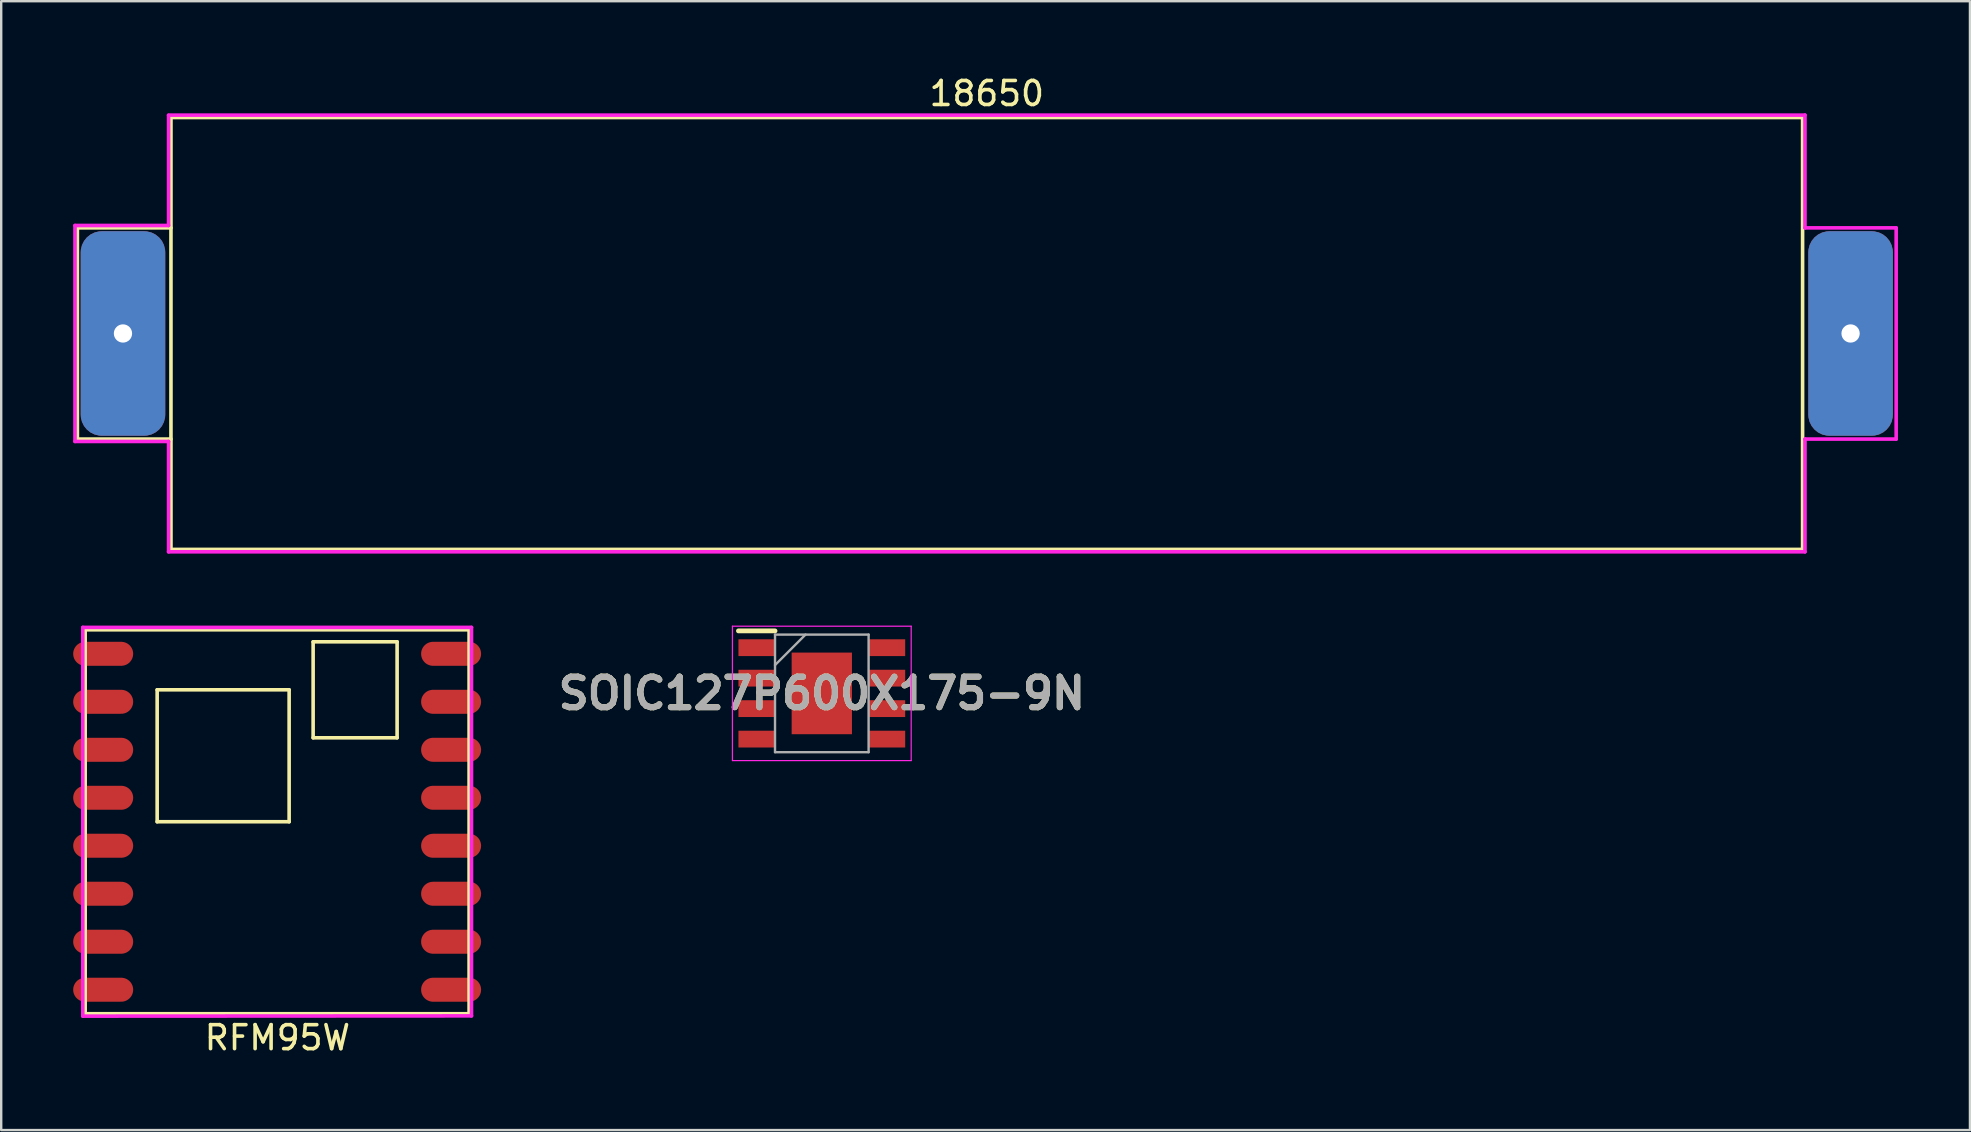
<source format=kicad_pcb>
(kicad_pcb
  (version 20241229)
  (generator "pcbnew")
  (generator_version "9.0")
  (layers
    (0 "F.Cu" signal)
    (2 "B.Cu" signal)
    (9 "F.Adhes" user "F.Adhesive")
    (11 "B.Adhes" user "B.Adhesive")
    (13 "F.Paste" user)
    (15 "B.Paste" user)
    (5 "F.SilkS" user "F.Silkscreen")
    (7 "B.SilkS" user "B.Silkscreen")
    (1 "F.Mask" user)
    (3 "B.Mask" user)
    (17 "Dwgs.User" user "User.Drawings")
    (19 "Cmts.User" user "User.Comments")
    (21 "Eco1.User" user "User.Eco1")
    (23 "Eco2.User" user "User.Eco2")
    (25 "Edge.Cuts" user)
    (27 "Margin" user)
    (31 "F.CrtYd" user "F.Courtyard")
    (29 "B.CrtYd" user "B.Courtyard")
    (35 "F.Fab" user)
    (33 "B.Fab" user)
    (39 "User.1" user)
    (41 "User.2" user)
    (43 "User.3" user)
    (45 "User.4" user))
  (footprint "18650"
    (layer "F.Cu")
    (at 38.075 10.848)
    (property "Reference" "18650" (at 0 -10 180) (layer "F.SilkS") (effects (font (size 1 1) (thickness 0.15))))
    (attr through_hole)
    (fp_line (start -37.9 -4.4) (end -34 -4.4) (stroke (width 0.15) (type solid)) (layer "F.SilkS"))
    (fp_line (start -37.9 4.4) (end -37.9 -4.4) (stroke (width 0.15) (type solid)) (layer "F.SilkS"))
    (fp_line (start -34 -9) (end 34 -9) (stroke (width 0.15) (type solid)) (layer "F.SilkS"))
    (fp_line (start -34 4.4) (end -37.9 4.4) (stroke (width 0.15) (type solid)) (layer "F.SilkS"))
    (fp_line (start -34 9) (end -34 -9) (stroke (width 0.15) (type solid)) (layer "F.SilkS"))
    (fp_line (start 34 -9) (end 34 9) (stroke (width 0.15) (type solid)) (layer "F.SilkS"))
    (fp_line (start 34 9) (end -34 9) (stroke (width 0.15) (type solid)) (layer "F.SilkS"))
    (fp_line (start -38 -4.5) (end -38 4.5) (stroke (width 0.15) (type solid)) (layer "F.CrtYd"))
    (fp_line (start -38 4.5) (end -34.1 4.5) (stroke (width 0.15) (type solid)) (layer "F.CrtYd"))
    (fp_line (start -34.1 -9.09) (end -34.1 -4.5) (stroke (width 0.15) (type solid)) (layer "F.CrtYd"))
    (fp_line (start -34.1 -4.5) (end -38 -4.5) (stroke (width 0.15) (type solid)) (layer "F.CrtYd"))
    (fp_line (start -34.1 4.5) (end -34.1 9.1) (stroke (width 0.15) (type solid)) (layer "F.CrtYd"))
    (fp_line (start -34.1 9.1) (end 34.1 9.1) (stroke (width 0.15) (type solid)) (layer "F.CrtYd"))
    (fp_line (start 34.1 -9.1) (end -34.1 -9.1) (stroke (width 0.15) (type solid)) (layer "F.CrtYd"))
    (fp_line (start 34.1 -4.4) (end 34.1 -9.1) (stroke (width 0.15) (type solid)) (layer "F.CrtYd"))
    (fp_line (start 34.1 4.4) (end 37.9 4.4) (stroke (width 0.15) (type solid)) (layer "F.CrtYd"))
    (fp_line (start 34.1 9.1) (end 34.1 4.4) (stroke (width 0.15) (type solid)) (layer "F.CrtYd"))
    (fp_line (start 37.9 -4.4) (end 34.1 -4.4) (stroke (width 0.15) (type solid)) (layer "F.CrtYd"))
    (fp_line (start 37.9 4.4) (end 37.9 -4.4) (stroke (width 0.15) (type solid)) (layer "F.CrtYd"))
    (pad "1" thru_hole roundrect (at -36 0) (size 3.524 8.524) (drill 0.762) (layers "*.Cu" "*.Mask") (roundrect_rratio 0.25))
    (pad "2" thru_hole roundrect (at 36 0) (size 3.524 8.524) (drill 0.762) (layers "*.Cu" "*.Mask") (roundrect_rratio 0.25)))
  (footprint "SOIC127P600X175-9N"
    (layer "F.Cu")
    (at 31.2 25.848)
    (property "Reference" "SOIC127P600X175-9N" (at 0 0 0) (layer "F.SilkS") (effects (font (size 1.27 1.27) (thickness 0.254))))
    (attr smd)
    (fp_line (start -3.475 -2.605) (end -1.95 -2.605) (stroke (width 0.2) (type solid)) (layer "F.SilkS"))
    (fp_line (start -3.725 -2.8) (end 3.725 -2.8) (stroke (width 0.05) (type solid)) (layer "F.CrtYd"))
    (fp_line (start -3.725 2.8) (end -3.725 -2.8) (stroke (width 0.05) (type solid)) (layer "F.CrtYd"))
    (fp_line (start 3.725 -2.8) (end 3.725 2.8) (stroke (width 0.05) (type solid)) (layer "F.CrtYd"))
    (fp_line (start 3.725 2.8) (end -3.725 2.8) (stroke (width 0.05) (type solid)) (layer "F.CrtYd"))
    (fp_line (start -1.95 -2.45) (end 1.95 -2.45) (stroke (width 0.1) (type solid)) (layer "F.Fab"))
    (fp_line (start -1.95 -1.18) (end -0.68 -2.45) (stroke (width 0.1) (type solid)) (layer "F.Fab"))
    (fp_line (start -1.95 2.45) (end -1.95 -2.45) (stroke (width 0.1) (type solid)) (layer "F.Fab"))
    (fp_line (start 1.95 -2.45) (end 1.95 2.45) (stroke (width 0.1) (type solid)) (layer "F.Fab"))
    (fp_line (start 1.95 2.45) (end -1.95 2.45) (stroke (width 0.1) (type solid)) (layer "F.Fab"))
    (fp_text user "${REFERENCE}" (at 0 0 0) (layer "F.Fab") (effects (font (size 1.27 1.27) (thickness 0.254))))
    (pad "1" smd rect (at -2.712 -1.905 90) (size 0.7 1.525) (layers "F.Cu" "F.Mask" "F.Paste"))
    (pad "2" smd rect (at -2.712 -0.635 90) (size 0.7 1.525) (layers "F.Cu" "F.Mask" "F.Paste"))
    (pad "3" smd rect (at -2.712 0.635 90) (size 0.7 1.525) (layers "F.Cu" "F.Mask" "F.Paste"))
    (pad "4" smd rect (at -2.712 1.905 90) (size 0.7 1.525) (layers "F.Cu" "F.Mask" "F.Paste"))
    (pad "5" smd rect (at 2.712 1.905 90) (size 0.7 1.525) (layers "F.Cu" "F.Mask" "F.Paste"))
    (pad "6" smd rect (at 2.712 0.635 90) (size 0.7 1.525) (layers "F.Cu" "F.Mask" "F.Paste"))
    (pad "7" smd rect (at 2.712 -0.635 90) (size 0.7 1.525) (layers "F.Cu" "F.Mask" "F.Paste"))
    (pad "8" smd rect (at 2.712 -1.905 90) (size 0.7 1.525) (layers "F.Cu" "F.Mask" "F.Paste"))
    (pad "9" smd rect (at 0 0) (size 2.513 3.402) (layers "F.Cu" "F.Mask" "F.Paste")))
  (footprint "RFM95W"
    (layer "F.Cu")
    (at 8.5 31.198)
    (property "Reference" "RFM95W" (at 0.01 9 0) (layer "F.SilkS") (effects (font (size 1 1) (thickness 0.15))))
    (attr smd)
    (fp_line (start -8 -8) (end 8 -8) (stroke (width 0.15) (type solid)) (layer "F.SilkS"))
    (fp_line (start -8 8) (end -8 -8) (stroke (width 0.15) (type solid)) (layer "F.SilkS"))
    (fp_line (start -5 -5.5) (end 0.5 -5.5) (stroke (width 0.15) (type solid)) (layer "F.SilkS"))
    (fp_line (start -5 0) (end -5 -5.5) (stroke (width 0.15) (type solid)) (layer "F.SilkS"))
    (fp_line (start 0.5 -5.5) (end 0.5 0) (stroke (width 0.15) (type solid)) (layer "F.SilkS"))
    (fp_line (start 0.5 0) (end -5 0) (stroke (width 0.15) (type solid)) (layer "F.SilkS"))
    (fp_line (start 1.5 -7.5) (end 5 -7.5) (stroke (width 0.15) (type solid)) (layer "F.SilkS"))
    (fp_line (start 1.5 -3.5) (end 1.5 -7.5) (stroke (width 0.15) (type solid)) (layer "F.SilkS"))
    (fp_line (start 5 -7.5) (end 5 -3.5) (stroke (width 0.15) (type solid)) (layer "F.SilkS"))
    (fp_line (start 5 -3.5) (end 1.5 -3.5) (stroke (width 0.15) (type solid)) (layer "F.SilkS"))
    (fp_line (start 8 -8) (end 8 8) (stroke (width 0.15) (type solid)) (layer "F.SilkS"))
    (fp_line (start 8 8) (end -8 8) (stroke (width 0.15) (type solid)) (layer "F.SilkS"))
    (fp_line (start -8.1 -8.1) (end -8.1 8.1) (stroke (width 0.15) (type solid)) (layer "F.CrtYd"))
    (fp_line (start -8.1 8.1) (end 8.1 8.09) (stroke (width 0.15) (type solid)) (layer "F.CrtYd"))
    (fp_line (start 8.1 -8.1) (end -8.1 -8.1) (stroke (width 0.15) (type solid)) (layer "F.CrtYd"))
    (fp_line (start 8.1 8.09) (end 8.1 -8.1) (stroke (width 0.15) (type solid)) (layer "F.CrtYd"))
    (pad "1" smd oval (at -7.25 -7) (size 2.5 1) (layers "F.Cu" "F.Mask" "F.Paste"))
    (pad "2" smd oval (at -7.25 -5) (size 2.5 1) (layers "F.Cu" "F.Mask" "F.Paste"))
    (pad "3" smd oval (at -7.25 -3) (size 2.5 1) (layers "F.Cu" "F.Mask" "F.Paste"))
    (pad "4" smd oval (at -7.25 -1) (size 2.5 1) (layers "F.Cu" "F.Mask" "F.Paste"))
    (pad "5" smd oval (at -7.25 1) (size 2.5 1) (layers "F.Cu" "F.Mask" "F.Paste"))
    (pad "6" smd oval (at -7.25 3) (size 2.5 1) (layers "F.Cu" "F.Mask" "F.Paste"))
    (pad "7" smd oval (at -7.25 5) (size 2.5 1) (layers "F.Cu" "F.Mask" "F.Paste"))
    (pad "8" smd oval (at -7.25 7) (size 2.5 1) (layers "F.Cu" "F.Mask" "F.Paste"))
    (pad "9" smd oval (at 7.25 7) (size 2.5 1) (layers "F.Cu" "F.Mask" "F.Paste"))
    (pad "10" smd oval (at 7.25 5) (size 2.5 1) (layers "F.Cu" "F.Mask" "F.Paste"))
    (pad "11" smd oval (at 7.25 3) (size 2.5 1) (layers "F.Cu" "F.Mask" "F.Paste"))
    (pad "12" smd oval (at 7.25 1) (size 2.5 1) (layers "F.Cu" "F.Mask" "F.Paste"))
    (pad "13" smd oval (at 7.25 -1) (size 2.5 1) (layers "F.Cu" "F.Mask" "F.Paste"))
    (pad "14" smd oval (at 7.25 -3) (size 2.5 1) (layers "F.Cu" "F.Mask" "F.Paste"))
    (pad "15" smd oval (at 7.25 -5) (size 2.5 1) (layers "F.Cu" "F.Mask" "F.Paste"))
    (pad "16" smd oval (at 7.25 -7) (size 2.5 1) (layers "F.Cu" "F.Mask" "F.Paste")))
  (gr_rect
    (start -3 -3)
    (end 79.05 44.047)
    (stroke (width 0.1) (type default))
    (fill no)
    (layer "Edge.Cuts")))
</source>
